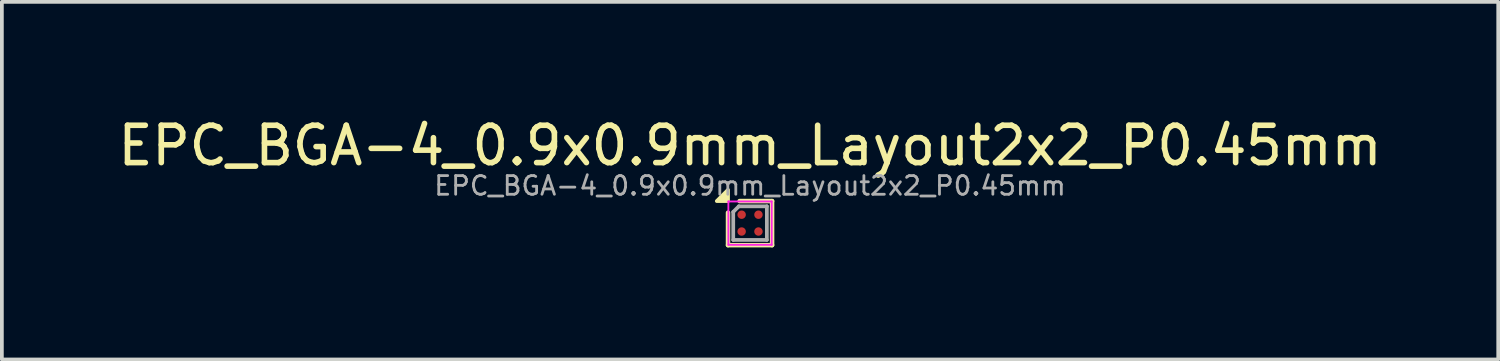
<source format=kicad_pcb>
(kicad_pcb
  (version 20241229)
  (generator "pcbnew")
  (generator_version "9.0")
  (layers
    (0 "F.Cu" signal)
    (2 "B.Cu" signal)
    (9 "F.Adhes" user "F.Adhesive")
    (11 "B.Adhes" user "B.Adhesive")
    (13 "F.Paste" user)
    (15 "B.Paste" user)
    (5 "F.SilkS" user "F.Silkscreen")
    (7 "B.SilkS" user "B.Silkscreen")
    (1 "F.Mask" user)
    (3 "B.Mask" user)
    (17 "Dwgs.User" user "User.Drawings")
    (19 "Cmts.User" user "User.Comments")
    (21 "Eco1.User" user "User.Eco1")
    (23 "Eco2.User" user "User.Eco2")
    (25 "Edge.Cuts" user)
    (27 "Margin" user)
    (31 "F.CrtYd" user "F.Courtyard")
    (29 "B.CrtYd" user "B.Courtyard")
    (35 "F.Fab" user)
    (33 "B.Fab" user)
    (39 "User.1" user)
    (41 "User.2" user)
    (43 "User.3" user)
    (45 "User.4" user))
  (footprint "EPC_BGA-4_0.9x0.9mm_Layout2x2_P0.45mm"
    (layer "F.Cu")
    (at 17.03 2.923)
    (property "Reference" "EPC_BGA-4_0.9x0.9mm_Layout2x2_P0.45mm" (at 0 -2.075 0) (layer "F.SilkS") (effects (font (size 1 1) (thickness 0.15))))
    (attr smd)
    (fp_line (start -0.59 0.59) (end -0.59 -0.28) (stroke (width 0.12) (type default)) (layer "F.SilkS"))
    (fp_line (start -0.28 -0.59) (end 0.59 -0.59) (stroke (width 0.12) (type default)) (layer "F.SilkS"))
    (fp_line (start 0.59 -0.59) (end 0.59 0.59) (stroke (width 0.12) (type default)) (layer "F.SilkS"))
    (fp_line (start 0.59 0.59) (end -0.59 0.59) (stroke (width 0.12) (type default)) (layer "F.SilkS"))
    (fp_poly (pts (xy -0.89 -0.59) (xy -0.59 -0.89) (xy -0.59 -0.59)) (stroke (width 0.1) (type solid)) (fill yes) (layer "F.SilkS"))
    (fp_line (start -0.58 -0.58) (end 0.58 -0.58) (stroke (width 0.05) (type default)) (layer "F.CrtYd"))
    (fp_line (start -0.58 0.58) (end -0.58 -0.58) (stroke (width 0.05) (type default)) (layer "F.CrtYd"))
    (fp_line (start -0.58 0.58) (end 0.58 0.58) (stroke (width 0.05) (type default)) (layer "F.CrtYd"))
    (fp_line (start 0.58 -0.58) (end 0.58 0.58) (stroke (width 0.05) (type default)) (layer "F.CrtYd"))
    (fp_line (start -0.45 0.45) (end -0.45 -0.3) (stroke (width 0.1) (type default)) (layer "F.Fab"))
    (fp_line (start -0.3 -0.45) (end -0.45 -0.3) (stroke (width 0.1) (type default)) (layer "F.Fab"))
    (fp_line (start -0.3 -0.45) (end 0.45 -0.45) (stroke (width 0.1) (type default)) (layer "F.Fab"))
    (fp_line (start 0.45 -0.45) (end 0.45 0.45) (stroke (width 0.1) (type default)) (layer "F.Fab"))
    (fp_line (start 0.45 0.45) (end -0.45 0.45) (stroke (width 0.1) (type default)) (layer "F.Fab"))
    (fp_text user "${REFERENCE}" (at 0 -1 0) (unlocked yes) (layer "F.Fab") (effects (font (size 0.5 0.5) (thickness 0.075))))
    (pad "" smd roundrect (at -0.225 -0.225) (size 0.25 0.25) (layers "F.Paste") (roundrect_rratio 0.288))
    (pad "" smd roundrect (at -0.225 0.225) (size 0.25 0.25) (layers "F.Paste") (roundrect_rratio 0.288))
    (pad "" smd roundrect (at 0.225 -0.225) (size 0.25 0.25) (layers "F.Paste") (roundrect_rratio 0.288))
    (pad "" smd roundrect (at 0.225 0.225) (size 0.25 0.25) (layers "F.Paste") (roundrect_rratio 0.288))
    (pad "1" smd circle (at -0.225 -0.225) (size 0.225 0.225) (property pad_prop_bga) (layers "F.Cu" "F.Mask"))
    (pad "2" smd circle (at -0.225 0.225) (size 0.225 0.225) (property pad_prop_bga) (layers "F.Cu" "F.Mask"))
    (pad "3" smd circle (at 0.225 0.225) (size 0.225 0.225) (property pad_prop_bga) (layers "F.Cu" "F.Mask"))
    (pad "4" smd circle (at 0.225 -0.225) (size 0.225 0.225) (property pad_prop_bga) (layers "F.Cu" "F.Mask")))
  (gr_rect
    (start -3 -3)
    (end 37.06 6.573)
    (stroke (width 0.1) (type default))
    (fill no)
    (layer "Edge.Cuts")))
</source>
